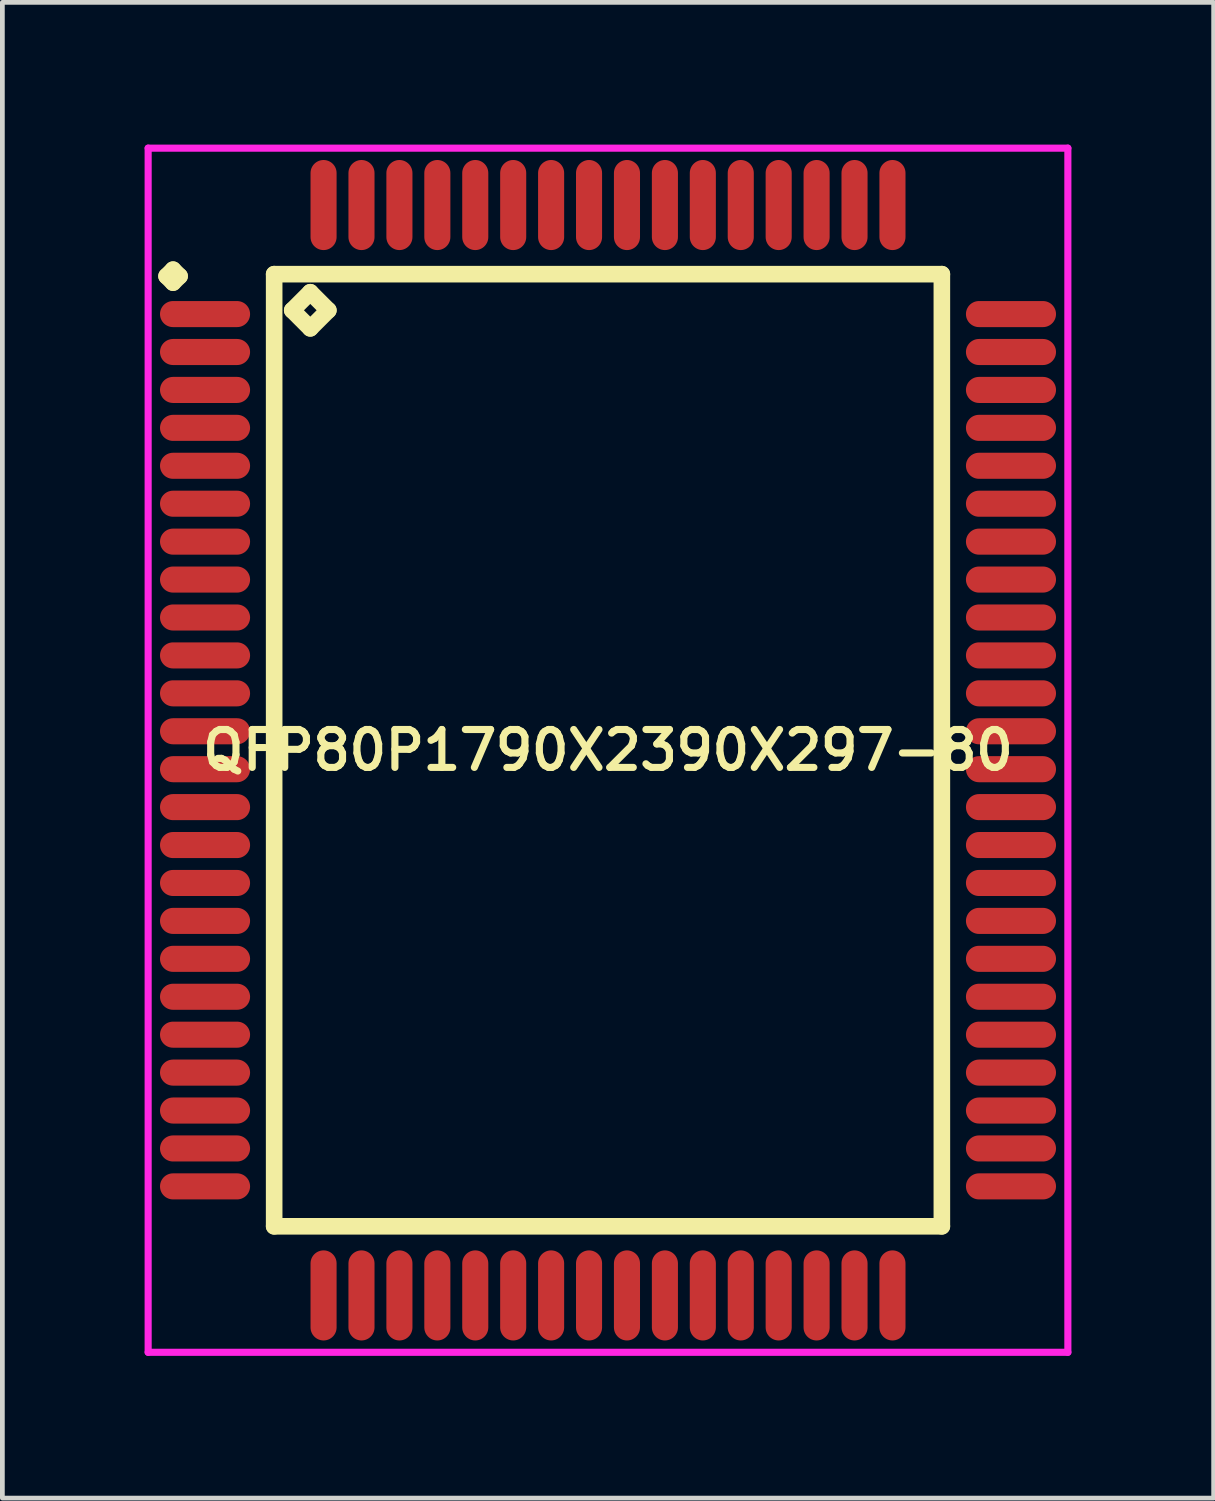
<source format=kicad_pcb>
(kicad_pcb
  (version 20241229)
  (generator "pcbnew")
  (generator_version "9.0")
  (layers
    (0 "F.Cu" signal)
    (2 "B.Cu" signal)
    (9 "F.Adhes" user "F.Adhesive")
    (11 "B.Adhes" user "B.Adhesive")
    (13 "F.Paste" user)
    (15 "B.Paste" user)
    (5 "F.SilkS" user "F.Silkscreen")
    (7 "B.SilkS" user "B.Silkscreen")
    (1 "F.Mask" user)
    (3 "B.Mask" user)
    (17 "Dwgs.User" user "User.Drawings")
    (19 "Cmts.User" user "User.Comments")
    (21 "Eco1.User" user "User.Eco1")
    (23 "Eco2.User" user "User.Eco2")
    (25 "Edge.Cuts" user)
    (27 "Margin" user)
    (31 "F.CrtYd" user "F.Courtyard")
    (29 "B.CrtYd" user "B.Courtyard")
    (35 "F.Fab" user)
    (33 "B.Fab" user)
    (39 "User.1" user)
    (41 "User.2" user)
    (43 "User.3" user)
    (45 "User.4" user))
  (footprint "QFP80P1790X2390X297-80"
    (layer "F.Cu")
    (at 9.775 12.775)
    (property "Reference" "QFP80P1790X2390X297-80" (at 0 0 0) (layer "F.SilkS") (effects (font (size 0.8 0.8) (thickness 0.15))))
    (attr smd)
    (fp_line (start -9.312 -10) (end -9.175 -10.137) (stroke (width 0.35) (type solid)) (layer "F.SilkS"))
    (fp_line (start -9.175 -10.137) (end -9.037 -10) (stroke (width 0.35) (type solid)) (layer "F.SilkS"))
    (fp_line (start -9.175 -9.863) (end -9.312 -10) (stroke (width 0.35) (type solid)) (layer "F.SilkS"))
    (fp_line (start -9.037 -10) (end -9.175 -9.863) (stroke (width 0.35) (type solid)) (layer "F.SilkS"))
    (fp_line (start -7.042 -10.042) (end -7.042 10.042) (stroke (width 0.35) (type solid)) (layer "F.SilkS"))
    (fp_line (start -7.042 10.042) (end 7.042 10.042) (stroke (width 0.35) (type solid)) (layer "F.SilkS"))
    (fp_line (start -6.661 -9.28) (end -6.28 -9.661) (stroke (width 0.35) (type solid)) (layer "F.SilkS"))
    (fp_line (start -6.28 -9.661) (end -5.899 -9.28) (stroke (width 0.35) (type solid)) (layer "F.SilkS"))
    (fp_line (start -6.28 -8.899) (end -6.661 -9.28) (stroke (width 0.35) (type solid)) (layer "F.SilkS"))
    (fp_line (start -5.899 -9.28) (end -6.28 -8.899) (stroke (width 0.35) (type solid)) (layer "F.SilkS"))
    (fp_line (start 7.042 -10.042) (end -7.042 -10.042) (stroke (width 0.35) (type solid)) (layer "F.SilkS"))
    (fp_line (start 7.042 10.042) (end 7.042 -10.042) (stroke (width 0.35) (type solid)) (layer "F.SilkS"))
    (fp_line (start -9.7 -12.7) (end 9.7 -12.7) (stroke (width 0.15) (type solid)) (layer "F.CrtYd"))
    (fp_line (start -9.7 12.7) (end -9.7 -12.7) (stroke (width 0.15) (type solid)) (layer "F.CrtYd"))
    (fp_line (start 9.7 -12.7) (end 9.7 12.7) (stroke (width 0.15) (type solid)) (layer "F.CrtYd"))
    (fp_line (start 9.7 12.7) (end -9.7 12.7) (stroke (width 0.15) (type solid)) (layer "F.CrtYd"))
    (pad "1" smd oval (at -8.5 -9.2) (size 1.9 0.55) (layers "F.Cu" "F.Mask" "F.Paste"))
    (pad "2" smd oval (at -8.5 -8.4) (size 1.9 0.55) (layers "F.Cu" "F.Mask" "F.Paste"))
    (pad "3" smd oval (at -8.5 -7.6) (size 1.9 0.55) (layers "F.Cu" "F.Mask" "F.Paste"))
    (pad "4" smd oval (at -8.5 -6.8) (size 1.9 0.55) (layers "F.Cu" "F.Mask" "F.Paste"))
    (pad "5" smd oval (at -8.5 -6) (size 1.9 0.55) (layers "F.Cu" "F.Mask" "F.Paste"))
    (pad "6" smd oval (at -8.5 -5.2) (size 1.9 0.55) (layers "F.Cu" "F.Mask" "F.Paste"))
    (pad "7" smd oval (at -8.5 -4.4) (size 1.9 0.55) (layers "F.Cu" "F.Mask" "F.Paste"))
    (pad "8" smd oval (at -8.5 -3.6) (size 1.9 0.55) (layers "F.Cu" "F.Mask" "F.Paste"))
    (pad "9" smd oval (at -8.5 -2.8) (size 1.9 0.55) (layers "F.Cu" "F.Mask" "F.Paste"))
    (pad "10" smd oval (at -8.5 -2) (size 1.9 0.55) (layers "F.Cu" "F.Mask" "F.Paste"))
    (pad "11" smd oval (at -8.5 -1.2) (size 1.9 0.55) (layers "F.Cu" "F.Mask" "F.Paste"))
    (pad "12" smd oval (at -8.5 -0.4) (size 1.9 0.55) (layers "F.Cu" "F.Mask" "F.Paste"))
    (pad "13" smd oval (at -8.5 0.4) (size 1.9 0.55) (layers "F.Cu" "F.Mask" "F.Paste"))
    (pad "14" smd oval (at -8.5 1.2) (size 1.9 0.55) (layers "F.Cu" "F.Mask" "F.Paste"))
    (pad "15" smd oval (at -8.5 2) (size 1.9 0.55) (layers "F.Cu" "F.Mask" "F.Paste"))
    (pad "16" smd oval (at -8.5 2.8) (size 1.9 0.55) (layers "F.Cu" "F.Mask" "F.Paste"))
    (pad "17" smd oval (at -8.5 3.6) (size 1.9 0.55) (layers "F.Cu" "F.Mask" "F.Paste"))
    (pad "18" smd oval (at -8.5 4.4) (size 1.9 0.55) (layers "F.Cu" "F.Mask" "F.Paste"))
    (pad "19" smd oval (at -8.5 5.2) (size 1.9 0.55) (layers "F.Cu" "F.Mask" "F.Paste"))
    (pad "20" smd oval (at -8.5 6) (size 1.9 0.55) (layers "F.Cu" "F.Mask" "F.Paste"))
    (pad "21" smd oval (at -8.5 6.8) (size 1.9 0.55) (layers "F.Cu" "F.Mask" "F.Paste"))
    (pad "22" smd oval (at -8.5 7.6) (size 1.9 0.55) (layers "F.Cu" "F.Mask" "F.Paste"))
    (pad "23" smd oval (at -8.5 8.4) (size 1.9 0.55) (layers "F.Cu" "F.Mask" "F.Paste"))
    (pad "24" smd oval (at -8.5 9.2) (size 1.9 0.55) (layers "F.Cu" "F.Mask" "F.Paste"))
    (pad "25" smd oval (at -6 11.5) (size 0.55 1.9) (layers "F.Cu" "F.Mask" "F.Paste"))
    (pad "26" smd oval (at -5.2 11.5) (size 0.55 1.9) (layers "F.Cu" "F.Mask" "F.Paste"))
    (pad "27" smd oval (at -4.4 11.5) (size 0.55 1.9) (layers "F.Cu" "F.Mask" "F.Paste"))
    (pad "28" smd oval (at -3.6 11.5) (size 0.55 1.9) (layers "F.Cu" "F.Mask" "F.Paste"))
    (pad "29" smd oval (at -2.8 11.5) (size 0.55 1.9) (layers "F.Cu" "F.Mask" "F.Paste"))
    (pad "30" smd oval (at -2 11.5) (size 0.55 1.9) (layers "F.Cu" "F.Mask" "F.Paste"))
    (pad "31" smd oval (at -1.2 11.5) (size 0.55 1.9) (layers "F.Cu" "F.Mask" "F.Paste"))
    (pad "32" smd oval (at -0.4 11.5) (size 0.55 1.9) (layers "F.Cu" "F.Mask" "F.Paste"))
    (pad "33" smd oval (at 0.4 11.5) (size 0.55 1.9) (layers "F.Cu" "F.Mask" "F.Paste"))
    (pad "34" smd oval (at 1.2 11.5) (size 0.55 1.9) (layers "F.Cu" "F.Mask" "F.Paste"))
    (pad "35" smd oval (at 2 11.5) (size 0.55 1.9) (layers "F.Cu" "F.Mask" "F.Paste"))
    (pad "36" smd oval (at 2.8 11.5) (size 0.55 1.9) (layers "F.Cu" "F.Mask" "F.Paste"))
    (pad "37" smd oval (at 3.6 11.5) (size 0.55 1.9) (layers "F.Cu" "F.Mask" "F.Paste"))
    (pad "38" smd oval (at 4.4 11.5) (size 0.55 1.9) (layers "F.Cu" "F.Mask" "F.Paste"))
    (pad "39" smd oval (at 5.2 11.5) (size 0.55 1.9) (layers "F.Cu" "F.Mask" "F.Paste"))
    (pad "40" smd oval (at 6 11.5) (size 0.55 1.9) (layers "F.Cu" "F.Mask" "F.Paste"))
    (pad "41" smd oval (at 8.5 9.2) (size 1.9 0.55) (layers "F.Cu" "F.Mask" "F.Paste"))
    (pad "42" smd oval (at 8.5 8.4) (size 1.9 0.55) (layers "F.Cu" "F.Mask" "F.Paste"))
    (pad "43" smd oval (at 8.5 7.6) (size 1.9 0.55) (layers "F.Cu" "F.Mask" "F.Paste"))
    (pad "44" smd oval (at 8.5 6.8) (size 1.9 0.55) (layers "F.Cu" "F.Mask" "F.Paste"))
    (pad "45" smd oval (at 8.5 6) (size 1.9 0.55) (layers "F.Cu" "F.Mask" "F.Paste"))
    (pad "46" smd oval (at 8.5 5.2) (size 1.9 0.55) (layers "F.Cu" "F.Mask" "F.Paste"))
    (pad "47" smd oval (at 8.5 4.4) (size 1.9 0.55) (layers "F.Cu" "F.Mask" "F.Paste"))
    (pad "48" smd oval (at 8.5 3.6) (size 1.9 0.55) (layers "F.Cu" "F.Mask" "F.Paste"))
    (pad "49" smd oval (at 8.5 2.8) (size 1.9 0.55) (layers "F.Cu" "F.Mask" "F.Paste"))
    (pad "50" smd oval (at 8.5 2) (size 1.9 0.55) (layers "F.Cu" "F.Mask" "F.Paste"))
    (pad "51" smd oval (at 8.5 1.2) (size 1.9 0.55) (layers "F.Cu" "F.Mask" "F.Paste"))
    (pad "52" smd oval (at 8.5 0.4) (size 1.9 0.55) (layers "F.Cu" "F.Mask" "F.Paste"))
    (pad "53" smd oval (at 8.5 -0.4) (size 1.9 0.55) (layers "F.Cu" "F.Mask" "F.Paste"))
    (pad "54" smd oval (at 8.5 -1.2) (size 1.9 0.55) (layers "F.Cu" "F.Mask" "F.Paste"))
    (pad "55" smd oval (at 8.5 -2) (size 1.9 0.55) (layers "F.Cu" "F.Mask" "F.Paste"))
    (pad "56" smd oval (at 8.5 -2.8) (size 1.9 0.55) (layers "F.Cu" "F.Mask" "F.Paste"))
    (pad "57" smd oval (at 8.5 -3.6) (size 1.9 0.55) (layers "F.Cu" "F.Mask" "F.Paste"))
    (pad "58" smd oval (at 8.5 -4.4) (size 1.9 0.55) (layers "F.Cu" "F.Mask" "F.Paste"))
    (pad "59" smd oval (at 8.5 -5.2) (size 1.9 0.55) (layers "F.Cu" "F.Mask" "F.Paste"))
    (pad "60" smd oval (at 8.5 -6) (size 1.9 0.55) (layers "F.Cu" "F.Mask" "F.Paste"))
    (pad "61" smd oval (at 8.5 -6.8) (size 1.9 0.55) (layers "F.Cu" "F.Mask" "F.Paste"))
    (pad "62" smd oval (at 8.5 -7.6) (size 1.9 0.55) (layers "F.Cu" "F.Mask" "F.Paste"))
    (pad "63" smd oval (at 8.5 -8.4) (size 1.9 0.55) (layers "F.Cu" "F.Mask" "F.Paste"))
    (pad "64" smd oval (at 8.5 -9.2) (size 1.9 0.55) (layers "F.Cu" "F.Mask" "F.Paste"))
    (pad "65" smd oval (at 6 -11.5) (size 0.55 1.9) (layers "F.Cu" "F.Mask" "F.Paste"))
    (pad "66" smd oval (at 5.2 -11.5) (size 0.55 1.9) (layers "F.Cu" "F.Mask" "F.Paste"))
    (pad "67" smd oval (at 4.4 -11.5) (size 0.55 1.9) (layers "F.Cu" "F.Mask" "F.Paste"))
    (pad "68" smd oval (at 3.6 -11.5) (size 0.55 1.9) (layers "F.Cu" "F.Mask" "F.Paste"))
    (pad "69" smd oval (at 2.8 -11.5) (size 0.55 1.9) (layers "F.Cu" "F.Mask" "F.Paste"))
    (pad "70" smd oval (at 2 -11.5) (size 0.55 1.9) (layers "F.Cu" "F.Mask" "F.Paste"))
    (pad "71" smd oval (at 1.2 -11.5) (size 0.55 1.9) (layers "F.Cu" "F.Mask" "F.Paste"))
    (pad "72" smd oval (at 0.4 -11.5) (size 0.55 1.9) (layers "F.Cu" "F.Mask" "F.Paste"))
    (pad "73" smd oval (at -0.4 -11.5) (size 0.55 1.9) (layers "F.Cu" "F.Mask" "F.Paste"))
    (pad "74" smd oval (at -1.2 -11.5) (size 0.55 1.9) (layers "F.Cu" "F.Mask" "F.Paste"))
    (pad "75" smd oval (at -2 -11.5) (size 0.55 1.9) (layers "F.Cu" "F.Mask" "F.Paste"))
    (pad "76" smd oval (at -2.8 -11.5) (size 0.55 1.9) (layers "F.Cu" "F.Mask" "F.Paste"))
    (pad "77" smd oval (at -3.6 -11.5) (size 0.55 1.9) (layers "F.Cu" "F.Mask" "F.Paste"))
    (pad "78" smd oval (at -4.4 -11.5) (size 0.55 1.9) (layers "F.Cu" "F.Mask" "F.Paste"))
    (pad "79" smd oval (at -5.2 -11.5) (size 0.55 1.9) (layers "F.Cu" "F.Mask" "F.Paste"))
    (pad "80" smd oval (at -6 -11.5) (size 0.55 1.9) (layers "F.Cu" "F.Mask" "F.Paste")))
  (gr_rect
    (start -3 -3)
    (end 22.55 28.55)
    (stroke (width 0.1) (type default))
    (fill no)
    (layer "Edge.Cuts")))
</source>
